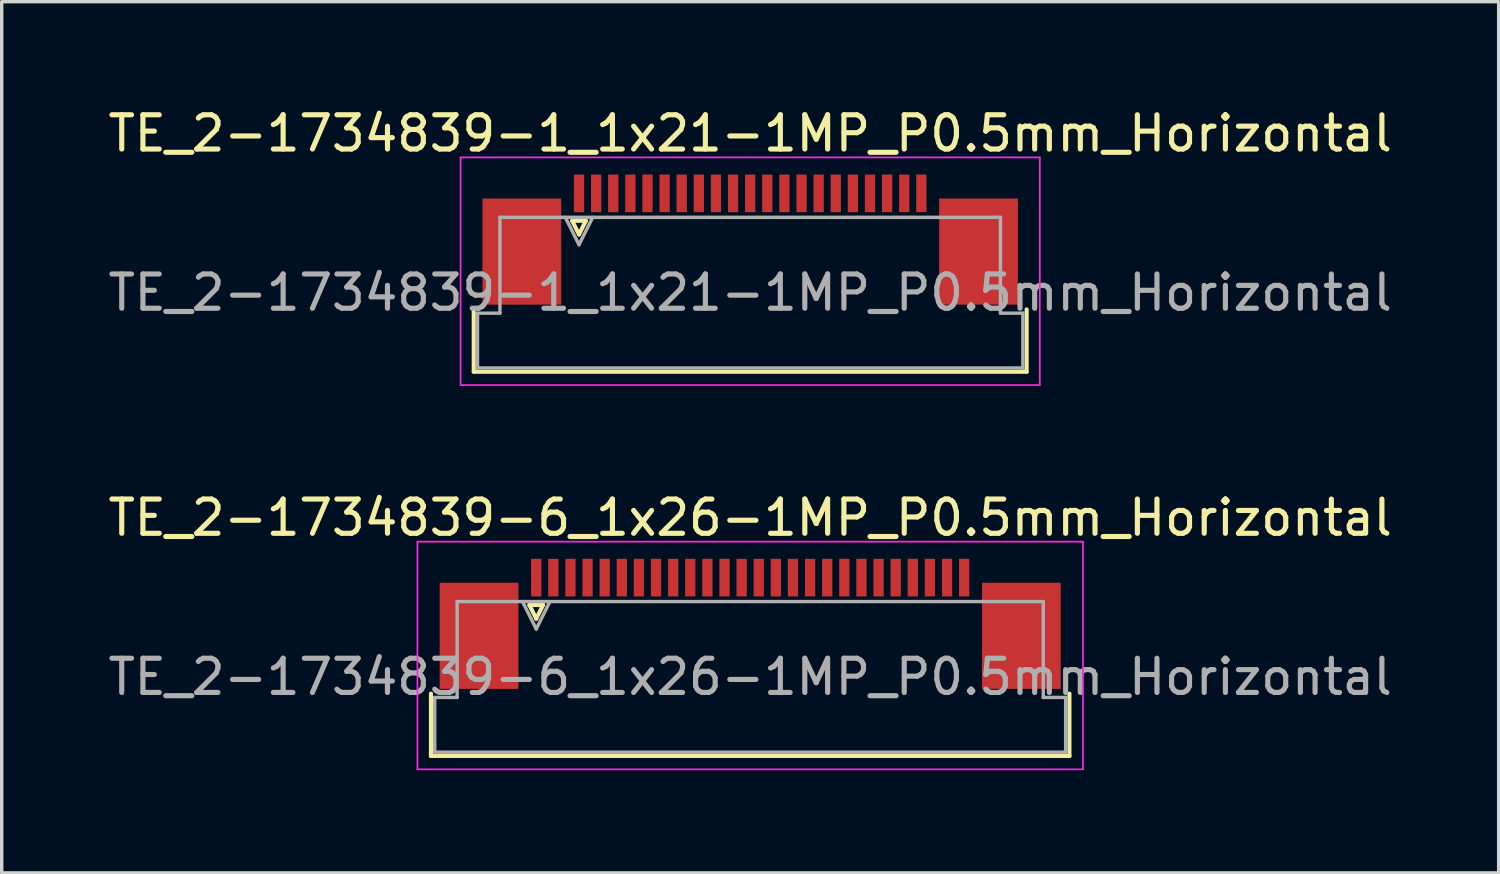
<source format=kicad_pcb>
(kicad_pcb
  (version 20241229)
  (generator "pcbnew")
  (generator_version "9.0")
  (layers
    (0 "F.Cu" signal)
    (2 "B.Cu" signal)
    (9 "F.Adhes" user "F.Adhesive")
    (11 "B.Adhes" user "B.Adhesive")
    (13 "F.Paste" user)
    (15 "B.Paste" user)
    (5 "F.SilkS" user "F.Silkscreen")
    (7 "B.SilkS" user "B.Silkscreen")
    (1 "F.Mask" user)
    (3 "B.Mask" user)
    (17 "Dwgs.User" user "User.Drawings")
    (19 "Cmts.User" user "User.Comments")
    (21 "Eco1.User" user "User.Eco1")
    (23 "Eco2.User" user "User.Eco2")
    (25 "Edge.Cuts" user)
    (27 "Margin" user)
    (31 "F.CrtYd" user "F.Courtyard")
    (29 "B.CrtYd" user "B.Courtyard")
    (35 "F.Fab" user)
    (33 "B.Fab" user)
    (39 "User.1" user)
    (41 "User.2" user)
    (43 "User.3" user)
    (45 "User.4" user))
  (footprint "TE_2-1734839-6_1x26-1MP_P0.5mm_Horizontal"
    (layer "F.Cu")
    (at 18.863 16.072)
    (property "Reference" "TE_2-1734839-6_1x26-1MP_P0.5mm_Horizontal" (at 0 -4 0) (layer "F.SilkS") (effects (font (size 1 1) (thickness 0.15))))
    (attr smd)
    (fp_line (start -9.325 2.96) (end -9.325 1.14) (stroke (width 0.12) (type solid)) (layer "F.SilkS"))
    (fp_line (start -6.45 -1.45) (end -6.25 -1.05) (stroke (width 0.12) (type solid)) (layer "F.SilkS"))
    (fp_line (start -6.25 -1.05) (end -6.05 -1.45) (stroke (width 0.12) (type solid)) (layer "F.SilkS"))
    (fp_line (start -6.05 -1.45) (end -6.45 -1.45) (stroke (width 0.12) (type solid)) (layer "F.SilkS"))
    (fp_line (start 9.325 1.14) (end 9.325 2.96) (stroke (width 0.12) (type solid)) (layer "F.SilkS"))
    (fp_line (start 9.325 2.96) (end -9.325 2.96) (stroke (width 0.12) (type solid)) (layer "F.SilkS"))
    (fp_line (start -9.72 -3.3) (end -9.72 3.35) (stroke (width 0.05) (type solid)) (layer "F.CrtYd"))
    (fp_line (start -9.72 3.35) (end 9.72 3.35) (stroke (width 0.05) (type solid)) (layer "F.CrtYd"))
    (fp_line (start 9.72 -3.3) (end -9.72 -3.3) (stroke (width 0.05) (type solid)) (layer "F.CrtYd"))
    (fp_line (start 9.72 3.35) (end 9.72 -3.3) (stroke (width 0.05) (type solid)) (layer "F.CrtYd"))
    (fp_line (start -9.215 1.25) (end -8.56 1.25) (stroke (width 0.1) (type solid)) (layer "F.Fab"))
    (fp_line (start -9.215 2.85) (end -9.215 1.25) (stroke (width 0.1) (type solid)) (layer "F.Fab"))
    (fp_line (start -8.56 -1.55) (end 8.56 -1.55) (stroke (width 0.1) (type solid)) (layer "F.Fab"))
    (fp_line (start -8.56 1.25) (end -8.56 -1.55) (stroke (width 0.1) (type solid)) (layer "F.Fab"))
    (fp_line (start -6.65 -1.55) (end -6.25 -0.75) (stroke (width 0.1) (type solid)) (layer "F.Fab"))
    (fp_line (start -6.25 -0.75) (end -5.85 -1.55) (stroke (width 0.1) (type solid)) (layer "F.Fab"))
    (fp_line (start 8.56 -1.55) (end 8.56 1.25) (stroke (width 0.1) (type solid)) (layer "F.Fab"))
    (fp_line (start 8.56 1.25) (end 9.215 1.25) (stroke (width 0.1) (type solid)) (layer "F.Fab"))
    (fp_line (start 9.215 1.25) (end 9.215 2.85) (stroke (width 0.1) (type solid)) (layer "F.Fab"))
    (fp_line (start 9.215 2.85) (end -9.215 2.85) (stroke (width 0.1) (type solid)) (layer "F.Fab"))
    (fp_text user "${REFERENCE}" (at 0 0.65 0) (layer "F.Fab") (effects (font (size 1 1) (thickness 0.15))))
    (pad "1" smd rect (at -6.25 -2.25) (size 0.3 1.1) (layers "F.Cu" "F.Mask" "F.Paste"))
    (pad "2" smd rect (at -5.75 -2.25) (size 0.3 1.1) (layers "F.Cu" "F.Mask" "F.Paste"))
    (pad "3" smd rect (at -5.25 -2.25) (size 0.3 1.1) (layers "F.Cu" "F.Mask" "F.Paste"))
    (pad "4" smd rect (at -4.75 -2.25) (size 0.3 1.1) (layers "F.Cu" "F.Mask" "F.Paste"))
    (pad "5" smd rect (at -4.25 -2.25) (size 0.3 1.1) (layers "F.Cu" "F.Mask" "F.Paste"))
    (pad "6" smd rect (at -3.75 -2.25) (size 0.3 1.1) (layers "F.Cu" "F.Mask" "F.Paste"))
    (pad "7" smd rect (at -3.25 -2.25) (size 0.3 1.1) (layers "F.Cu" "F.Mask" "F.Paste"))
    (pad "8" smd rect (at -2.75 -2.25) (size 0.3 1.1) (layers "F.Cu" "F.Mask" "F.Paste"))
    (pad "9" smd rect (at -2.25 -2.25) (size 0.3 1.1) (layers "F.Cu" "F.Mask" "F.Paste"))
    (pad "10" smd rect (at -1.75 -2.25) (size 0.3 1.1) (layers "F.Cu" "F.Mask" "F.Paste"))
    (pad "11" smd rect (at -1.25 -2.25) (size 0.3 1.1) (layers "F.Cu" "F.Mask" "F.Paste"))
    (pad "12" smd rect (at -0.75 -2.25) (size 0.3 1.1) (layers "F.Cu" "F.Mask" "F.Paste"))
    (pad "13" smd rect (at -0.25 -2.25) (size 0.3 1.1) (layers "F.Cu" "F.Mask" "F.Paste"))
    (pad "14" smd rect (at 0.25 -2.25) (size 0.3 1.1) (layers "F.Cu" "F.Mask" "F.Paste"))
    (pad "15" smd rect (at 0.75 -2.25) (size 0.3 1.1) (layers "F.Cu" "F.Mask" "F.Paste"))
    (pad "16" smd rect (at 1.25 -2.25) (size 0.3 1.1) (layers "F.Cu" "F.Mask" "F.Paste"))
    (pad "17" smd rect (at 1.75 -2.25) (size 0.3 1.1) (layers "F.Cu" "F.Mask" "F.Paste"))
    (pad "18" smd rect (at 2.25 -2.25) (size 0.3 1.1) (layers "F.Cu" "F.Mask" "F.Paste"))
    (pad "19" smd rect (at 2.75 -2.25) (size 0.3 1.1) (layers "F.Cu" "F.Mask" "F.Paste"))
    (pad "20" smd rect (at 3.25 -2.25) (size 0.3 1.1) (layers "F.Cu" "F.Mask" "F.Paste"))
    (pad "21" smd rect (at 3.75 -2.25) (size 0.3 1.1) (layers "F.Cu" "F.Mask" "F.Paste"))
    (pad "22" smd rect (at 4.25 -2.25) (size 0.3 1.1) (layers "F.Cu" "F.Mask" "F.Paste"))
    (pad "23" smd rect (at 4.75 -2.25) (size 0.3 1.1) (layers "F.Cu" "F.Mask" "F.Paste"))
    (pad "24" smd rect (at 5.25 -2.25) (size 0.3 1.1) (layers "F.Cu" "F.Mask" "F.Paste"))
    (pad "25" smd rect (at 5.75 -2.25) (size 0.3 1.1) (layers "F.Cu" "F.Mask" "F.Paste"))
    (pad "26" smd rect (at 6.25 -2.25) (size 0.3 1.1) (layers "F.Cu" "F.Mask" "F.Paste"))
    (pad "MP" smd rect (at -7.92 -0.55) (size 2.3 3.1) (layers "F.Cu" "F.Mask" "F.Paste"))
    (pad "MP" smd rect (at 7.92 -0.55) (size 2.3 3.1) (layers "F.Cu" "F.Mask" "F.Paste")))
  (footprint "TE_2-1734839-1_1x21-1MP_P0.5mm_Horizontal"
    (layer "F.Cu")
    (at 18.863 3.948)
    (property "Reference" "TE_2-1734839-1_1x21-1MP_P0.5mm_Horizontal" (at 0 -3.1 0) (layer "F.SilkS") (effects (font (size 1 1) (thickness 0.15))))
    (attr smd)
    (fp_line (start -8.075 3.86) (end -8.075 2.04) (stroke (width 0.12) (type solid)) (layer "F.SilkS"))
    (fp_line (start -5.2 -0.55) (end -5 -0.15) (stroke (width 0.12) (type solid)) (layer "F.SilkS"))
    (fp_line (start -5 -0.15) (end -4.8 -0.55) (stroke (width 0.12) (type solid)) (layer "F.SilkS"))
    (fp_line (start -4.8 -0.55) (end -5.2 -0.55) (stroke (width 0.12) (type solid)) (layer "F.SilkS"))
    (fp_line (start 8.075 2.04) (end 8.075 3.86) (stroke (width 0.12) (type solid)) (layer "F.SilkS"))
    (fp_line (start 8.075 3.86) (end -8.075 3.86) (stroke (width 0.12) (type solid)) (layer "F.SilkS"))
    (fp_line (start -8.46 -2.4) (end -8.46 4.25) (stroke (width 0.05) (type solid)) (layer "F.CrtYd"))
    (fp_line (start -8.46 4.25) (end 8.46 4.25) (stroke (width 0.05) (type solid)) (layer "F.CrtYd"))
    (fp_line (start 8.46 -2.4) (end -8.46 -2.4) (stroke (width 0.05) (type solid)) (layer "F.CrtYd"))
    (fp_line (start 8.46 4.25) (end 8.46 -2.4) (stroke (width 0.05) (type solid)) (layer "F.CrtYd"))
    (fp_line (start -7.965 2.15) (end -7.31 2.15) (stroke (width 0.1) (type solid)) (layer "F.Fab"))
    (fp_line (start -7.965 3.75) (end -7.965 2.15) (stroke (width 0.1) (type solid)) (layer "F.Fab"))
    (fp_line (start -7.31 -0.65) (end 7.31 -0.65) (stroke (width 0.1) (type solid)) (layer "F.Fab"))
    (fp_line (start -7.31 2.15) (end -7.31 -0.65) (stroke (width 0.1) (type solid)) (layer "F.Fab"))
    (fp_line (start -5.4 -0.65) (end -5 0.15) (stroke (width 0.1) (type solid)) (layer "F.Fab"))
    (fp_line (start -5 0.15) (end -4.6 -0.65) (stroke (width 0.1) (type solid)) (layer "F.Fab"))
    (fp_line (start 7.31 -0.65) (end 7.31 2.15) (stroke (width 0.1) (type solid)) (layer "F.Fab"))
    (fp_line (start 7.31 2.15) (end 7.965 2.15) (stroke (width 0.1) (type solid)) (layer "F.Fab"))
    (fp_line (start 7.965 2.15) (end 7.965 3.75) (stroke (width 0.1) (type solid)) (layer "F.Fab"))
    (fp_line (start 7.965 3.75) (end -7.965 3.75) (stroke (width 0.1) (type solid)) (layer "F.Fab"))
    (fp_text user "${REFERENCE}" (at 0 1.55 0) (layer "F.Fab") (effects (font (size 1 1) (thickness 0.15))))
    (pad "1" smd rect (at -5 -1.35) (size 0.3 1.1) (layers "F.Cu" "F.Mask" "F.Paste"))
    (pad "2" smd rect (at -4.5 -1.35) (size 0.3 1.1) (layers "F.Cu" "F.Mask" "F.Paste"))
    (pad "3" smd rect (at -4 -1.35) (size 0.3 1.1) (layers "F.Cu" "F.Mask" "F.Paste"))
    (pad "4" smd rect (at -3.5 -1.35) (size 0.3 1.1) (layers "F.Cu" "F.Mask" "F.Paste"))
    (pad "5" smd rect (at -3 -1.35) (size 0.3 1.1) (layers "F.Cu" "F.Mask" "F.Paste"))
    (pad "6" smd rect (at -2.5 -1.35) (size 0.3 1.1) (layers "F.Cu" "F.Mask" "F.Paste"))
    (pad "7" smd rect (at -2 -1.35) (size 0.3 1.1) (layers "F.Cu" "F.Mask" "F.Paste"))
    (pad "8" smd rect (at -1.5 -1.35) (size 0.3 1.1) (layers "F.Cu" "F.Mask" "F.Paste"))
    (pad "9" smd rect (at -1 -1.35) (size 0.3 1.1) (layers "F.Cu" "F.Mask" "F.Paste"))
    (pad "10" smd rect (at -0.5 -1.35) (size 0.3 1.1) (layers "F.Cu" "F.Mask" "F.Paste"))
    (pad "11" smd rect (at 0 -1.35) (size 0.3 1.1) (layers "F.Cu" "F.Mask" "F.Paste"))
    (pad "12" smd rect (at 0.5 -1.35) (size 0.3 1.1) (layers "F.Cu" "F.Mask" "F.Paste"))
    (pad "13" smd rect (at 1 -1.35) (size 0.3 1.1) (layers "F.Cu" "F.Mask" "F.Paste"))
    (pad "14" smd rect (at 1.5 -1.35) (size 0.3 1.1) (layers "F.Cu" "F.Mask" "F.Paste"))
    (pad "15" smd rect (at 2 -1.35) (size 0.3 1.1) (layers "F.Cu" "F.Mask" "F.Paste"))
    (pad "16" smd rect (at 2.5 -1.35) (size 0.3 1.1) (layers "F.Cu" "F.Mask" "F.Paste"))
    (pad "17" smd rect (at 3 -1.35) (size 0.3 1.1) (layers "F.Cu" "F.Mask" "F.Paste"))
    (pad "18" smd rect (at 3.5 -1.35) (size 0.3 1.1) (layers "F.Cu" "F.Mask" "F.Paste"))
    (pad "19" smd rect (at 4 -1.35) (size 0.3 1.1) (layers "F.Cu" "F.Mask" "F.Paste"))
    (pad "20" smd rect (at 4.5 -1.35) (size 0.3 1.1) (layers "F.Cu" "F.Mask" "F.Paste"))
    (pad "21" smd rect (at 5 -1.35) (size 0.3 1.1) (layers "F.Cu" "F.Mask" "F.Paste"))
    (pad "MP" smd rect (at -6.67 0.35) (size 2.3 3.1) (layers "F.Cu" "F.Mask" "F.Paste"))
    (pad "MP" smd rect (at 6.67 0.35) (size 2.3 3.1) (layers "F.Cu" "F.Mask" "F.Paste")))
  (gr_rect
    (start -3 -3)
    (end 40.726 22.447)
    (stroke (width 0.1) (type default))
    (fill no)
    (layer "Edge.Cuts")))
</source>
